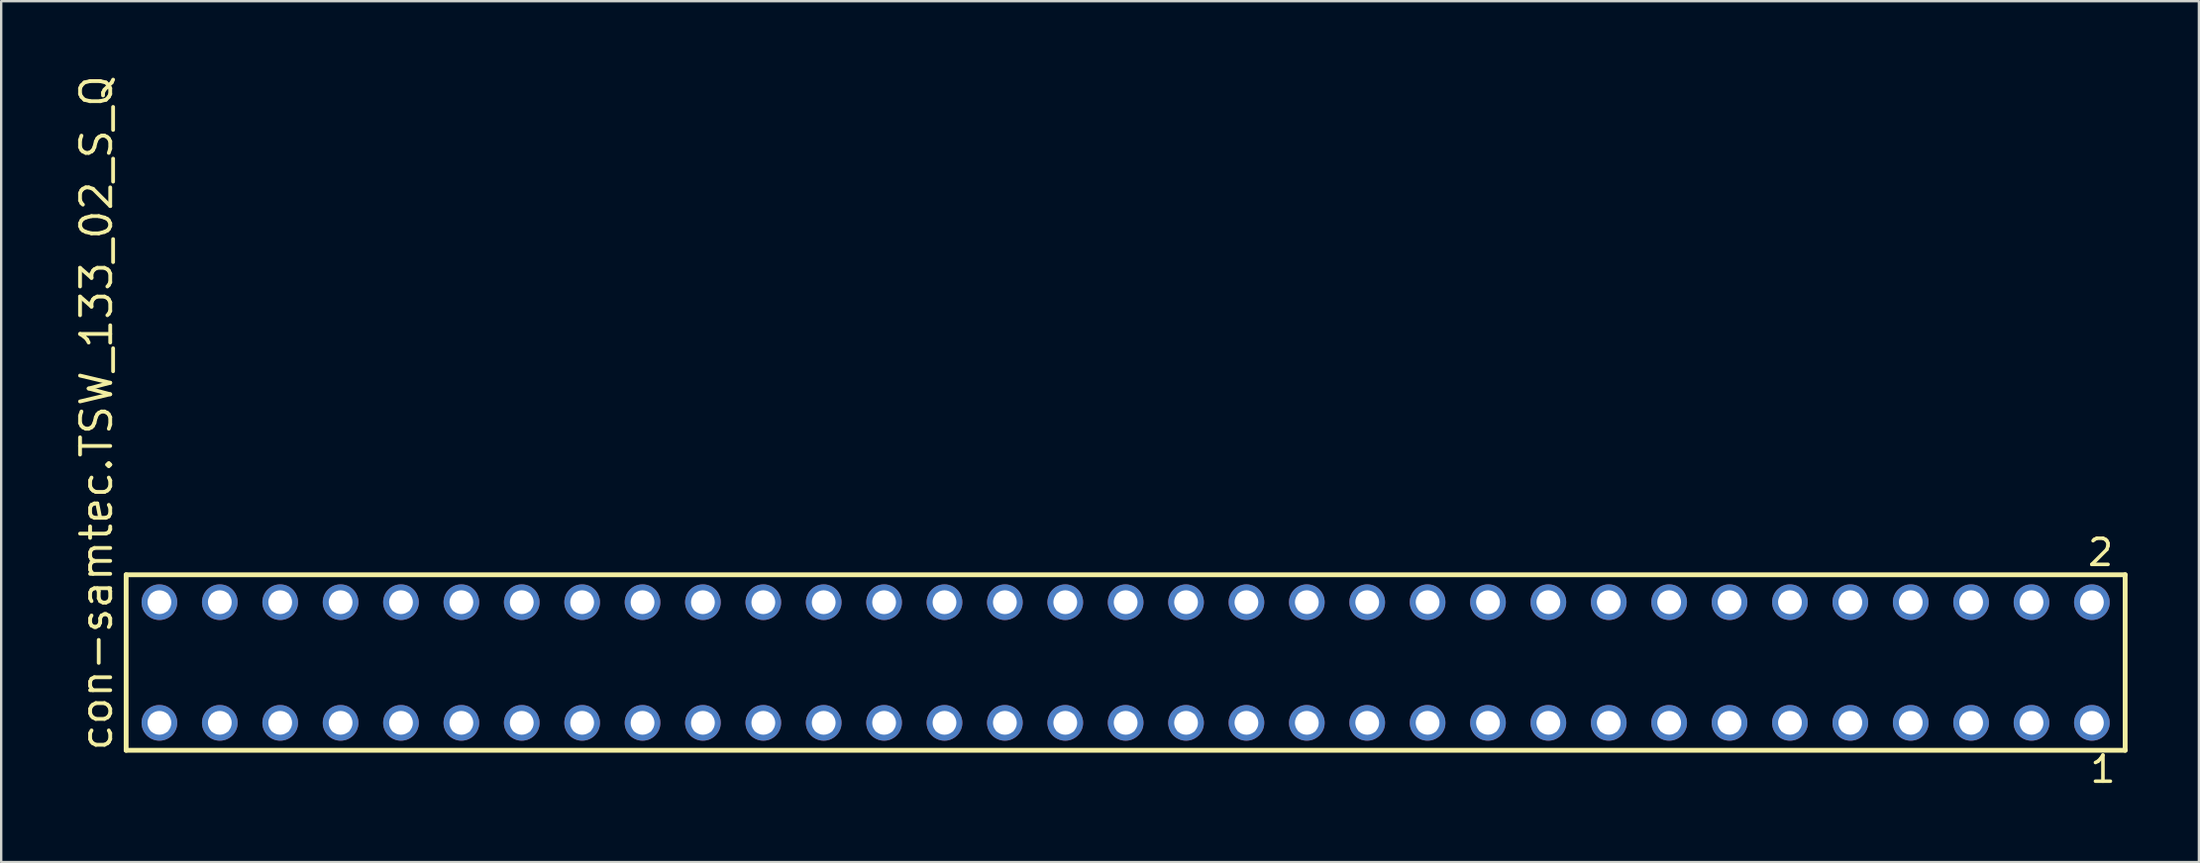
<source format=kicad_pcb>
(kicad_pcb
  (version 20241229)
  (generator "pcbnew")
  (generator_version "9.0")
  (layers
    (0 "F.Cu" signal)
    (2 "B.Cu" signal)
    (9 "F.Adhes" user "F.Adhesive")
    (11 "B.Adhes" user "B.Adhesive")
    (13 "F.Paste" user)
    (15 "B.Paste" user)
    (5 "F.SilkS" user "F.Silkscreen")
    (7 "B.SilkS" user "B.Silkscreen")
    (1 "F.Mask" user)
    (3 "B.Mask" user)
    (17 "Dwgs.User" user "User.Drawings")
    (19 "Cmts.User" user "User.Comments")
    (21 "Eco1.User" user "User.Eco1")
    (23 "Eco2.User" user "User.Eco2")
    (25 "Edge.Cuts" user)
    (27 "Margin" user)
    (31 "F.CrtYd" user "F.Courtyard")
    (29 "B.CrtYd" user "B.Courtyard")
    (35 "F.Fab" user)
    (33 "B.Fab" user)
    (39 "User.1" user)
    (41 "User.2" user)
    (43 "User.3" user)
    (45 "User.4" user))
  (footprint "con-samtec.TSW_133_02_S_Q"
    (layer "F.Cu")
    (at 44.295 24.84)
    (property "Reference" "con-samtec.TSW_133_02_S_Q" (at -42.545 3.81 90) (layer "F.SilkS") (effects (font (size 1.27 1.27) (thickness 0.16)) (justify left bottom)))
    (attr through_hole)
    (fp_line (start -42.039 -3.695) (end 42.039 -3.695) (stroke (width 0.203) (type default)) (layer "F.SilkS"))
    (fp_line (start -42.039 3.695) (end -42.039 -3.695) (stroke (width 0.203) (type default)) (layer "F.SilkS"))
    (fp_line (start 42.039 -3.695) (end 42.039 3.695) (stroke (width 0.203) (type default)) (layer "F.SilkS"))
    (fp_line (start 42.039 3.695) (end -42.039 3.695) (stroke (width 0.203) (type default)) (layer "F.SilkS"))
    (fp_rect (start -40.99 -2.19) (end -40.29 -2.89) (stroke (width 0.05) (type default)) (fill no) (layer "F.Fab"))
    (fp_rect (start -40.99 2.89) (end -40.29 2.19) (stroke (width 0.05) (type default)) (fill no) (layer "F.Fab"))
    (fp_rect (start -38.45 -2.19) (end -37.75 -2.89) (stroke (width 0.05) (type default)) (fill no) (layer "F.Fab"))
    (fp_rect (start -38.45 2.89) (end -37.75 2.19) (stroke (width 0.05) (type default)) (fill no) (layer "F.Fab"))
    (fp_rect (start -35.91 -2.19) (end -35.21 -2.89) (stroke (width 0.05) (type default)) (fill no) (layer "F.Fab"))
    (fp_rect (start -35.91 2.89) (end -35.21 2.19) (stroke (width 0.05) (type default)) (fill no) (layer "F.Fab"))
    (fp_rect (start -33.37 -2.19) (end -32.67 -2.89) (stroke (width 0.05) (type default)) (fill no) (layer "F.Fab"))
    (fp_rect (start -33.37 2.89) (end -32.67 2.19) (stroke (width 0.05) (type default)) (fill no) (layer "F.Fab"))
    (fp_rect (start -30.83 -2.19) (end -30.13 -2.89) (stroke (width 0.05) (type default)) (fill no) (layer "F.Fab"))
    (fp_rect (start -30.83 2.89) (end -30.13 2.19) (stroke (width 0.05) (type default)) (fill no) (layer "F.Fab"))
    (fp_rect (start -28.29 -2.19) (end -27.59 -2.89) (stroke (width 0.05) (type default)) (fill no) (layer "F.Fab"))
    (fp_rect (start -28.29 2.89) (end -27.59 2.19) (stroke (width 0.05) (type default)) (fill no) (layer "F.Fab"))
    (fp_rect (start -25.75 -2.19) (end -25.05 -2.89) (stroke (width 0.05) (type default)) (fill no) (layer "F.Fab"))
    (fp_rect (start -25.75 2.89) (end -25.05 2.19) (stroke (width 0.05) (type default)) (fill no) (layer "F.Fab"))
    (fp_rect (start -23.21 -2.19) (end -22.51 -2.89) (stroke (width 0.05) (type default)) (fill no) (layer "F.Fab"))
    (fp_rect (start -23.21 2.89) (end -22.51 2.19) (stroke (width 0.05) (type default)) (fill no) (layer "F.Fab"))
    (fp_rect (start -20.67 -2.19) (end -19.97 -2.89) (stroke (width 0.05) (type default)) (fill no) (layer "F.Fab"))
    (fp_rect (start -20.67 2.89) (end -19.97 2.19) (stroke (width 0.05) (type default)) (fill no) (layer "F.Fab"))
    (fp_rect (start -18.13 -2.19) (end -17.43 -2.89) (stroke (width 0.05) (type default)) (fill no) (layer "F.Fab"))
    (fp_rect (start -18.13 2.89) (end -17.43 2.19) (stroke (width 0.05) (type default)) (fill no) (layer "F.Fab"))
    (fp_rect (start -15.59 -2.19) (end -14.89 -2.89) (stroke (width 0.05) (type default)) (fill no) (layer "F.Fab"))
    (fp_rect (start -15.59 2.89) (end -14.89 2.19) (stroke (width 0.05) (type default)) (fill no) (layer "F.Fab"))
    (fp_rect (start -13.05 -2.19) (end -12.35 -2.89) (stroke (width 0.05) (type default)) (fill no) (layer "F.Fab"))
    (fp_rect (start -13.05 2.89) (end -12.35 2.19) (stroke (width 0.05) (type default)) (fill no) (layer "F.Fab"))
    (fp_rect (start -10.51 -2.19) (end -9.81 -2.89) (stroke (width 0.05) (type default)) (fill no) (layer "F.Fab"))
    (fp_rect (start -10.51 2.89) (end -9.81 2.19) (stroke (width 0.05) (type default)) (fill no) (layer "F.Fab"))
    (fp_rect (start -7.97 -2.19) (end -7.27 -2.89) (stroke (width 0.05) (type default)) (fill no) (layer "F.Fab"))
    (fp_rect (start -7.97 2.89) (end -7.27 2.19) (stroke (width 0.05) (type default)) (fill no) (layer "F.Fab"))
    (fp_rect (start -5.43 -2.19) (end -4.73 -2.89) (stroke (width 0.05) (type default)) (fill no) (layer "F.Fab"))
    (fp_rect (start -5.43 2.89) (end -4.73 2.19) (stroke (width 0.05) (type default)) (fill no) (layer "F.Fab"))
    (fp_rect (start -2.89 -2.19) (end -2.19 -2.89) (stroke (width 0.05) (type default)) (fill no) (layer "F.Fab"))
    (fp_rect (start -2.89 2.89) (end -2.19 2.19) (stroke (width 0.05) (type default)) (fill no) (layer "F.Fab"))
    (fp_rect (start -0.35 -2.19) (end 0.35 -2.89) (stroke (width 0.05) (type default)) (fill no) (layer "F.Fab"))
    (fp_rect (start -0.35 2.89) (end 0.35 2.19) (stroke (width 0.05) (type default)) (fill no) (layer "F.Fab"))
    (fp_rect (start 2.19 -2.19) (end 2.89 -2.89) (stroke (width 0.05) (type default)) (fill no) (layer "F.Fab"))
    (fp_rect (start 2.19 2.89) (end 2.89 2.19) (stroke (width 0.05) (type default)) (fill no) (layer "F.Fab"))
    (fp_rect (start 4.73 -2.19) (end 5.43 -2.89) (stroke (width 0.05) (type default)) (fill no) (layer "F.Fab"))
    (fp_rect (start 4.73 2.89) (end 5.43 2.19) (stroke (width 0.05) (type default)) (fill no) (layer "F.Fab"))
    (fp_rect (start 7.27 -2.19) (end 7.97 -2.89) (stroke (width 0.05) (type default)) (fill no) (layer "F.Fab"))
    (fp_rect (start 7.27 2.89) (end 7.97 2.19) (stroke (width 0.05) (type default)) (fill no) (layer "F.Fab"))
    (fp_rect (start 9.81 -2.19) (end 10.51 -2.89) (stroke (width 0.05) (type default)) (fill no) (layer "F.Fab"))
    (fp_rect (start 9.81 2.89) (end 10.51 2.19) (stroke (width 0.05) (type default)) (fill no) (layer "F.Fab"))
    (fp_rect (start 12.35 -2.19) (end 13.05 -2.89) (stroke (width 0.05) (type default)) (fill no) (layer "F.Fab"))
    (fp_rect (start 12.35 2.89) (end 13.05 2.19) (stroke (width 0.05) (type default)) (fill no) (layer "F.Fab"))
    (fp_rect (start 14.89 -2.19) (end 15.59 -2.89) (stroke (width 0.05) (type default)) (fill no) (layer "F.Fab"))
    (fp_rect (start 14.89 2.89) (end 15.59 2.19) (stroke (width 0.05) (type default)) (fill no) (layer "F.Fab"))
    (fp_rect (start 17.43 -2.19) (end 18.13 -2.89) (stroke (width 0.05) (type default)) (fill no) (layer "F.Fab"))
    (fp_rect (start 17.43 2.89) (end 18.13 2.19) (stroke (width 0.05) (type default)) (fill no) (layer "F.Fab"))
    (fp_rect (start 19.97 -2.19) (end 20.67 -2.89) (stroke (width 0.05) (type default)) (fill no) (layer "F.Fab"))
    (fp_rect (start 19.97 2.89) (end 20.67 2.19) (stroke (width 0.05) (type default)) (fill no) (layer "F.Fab"))
    (fp_rect (start 22.51 -2.19) (end 23.21 -2.89) (stroke (width 0.05) (type default)) (fill no) (layer "F.Fab"))
    (fp_rect (start 22.51 2.89) (end 23.21 2.19) (stroke (width 0.05) (type default)) (fill no) (layer "F.Fab"))
    (fp_rect (start 25.05 -2.19) (end 25.75 -2.89) (stroke (width 0.05) (type default)) (fill no) (layer "F.Fab"))
    (fp_rect (start 25.05 2.89) (end 25.75 2.19) (stroke (width 0.05) (type default)) (fill no) (layer "F.Fab"))
    (fp_rect (start 27.59 -2.19) (end 28.29 -2.89) (stroke (width 0.05) (type default)) (fill no) (layer "F.Fab"))
    (fp_rect (start 27.59 2.89) (end 28.29 2.19) (stroke (width 0.05) (type default)) (fill no) (layer "F.Fab"))
    (fp_rect (start 30.13 -2.19) (end 30.83 -2.89) (stroke (width 0.05) (type default)) (fill no) (layer "F.Fab"))
    (fp_rect (start 30.13 2.89) (end 30.83 2.19) (stroke (width 0.05) (type default)) (fill no) (layer "F.Fab"))
    (fp_rect (start 32.67 -2.19) (end 33.37 -2.89) (stroke (width 0.05) (type default)) (fill no) (layer "F.Fab"))
    (fp_rect (start 32.67 2.89) (end 33.37 2.19) (stroke (width 0.05) (type default)) (fill no) (layer "F.Fab"))
    (fp_rect (start 35.21 -2.19) (end 35.91 -2.89) (stroke (width 0.05) (type default)) (fill no) (layer "F.Fab"))
    (fp_rect (start 35.21 2.89) (end 35.91 2.19) (stroke (width 0.05) (type default)) (fill no) (layer "F.Fab"))
    (fp_rect (start 37.75 -2.19) (end 38.45 -2.89) (stroke (width 0.05) (type default)) (fill no) (layer "F.Fab"))
    (fp_rect (start 37.75 2.89) (end 38.45 2.19) (stroke (width 0.05) (type default)) (fill no) (layer "F.Fab"))
    (fp_rect (start 40.29 -2.19) (end 40.99 -2.89) (stroke (width 0.05) (type default)) (fill no) (layer "F.Fab"))
    (fp_rect (start 40.29 2.89) (end 40.99 2.19) (stroke (width 0.05) (type default)) (fill no) (layer "F.Fab"))
    (fp_text user "1" (at 40.482 5.138 0) (layer "F.SilkS") (effects (font (size 1.1 1.1) (thickness 0.15)) (justify left bottom)))
    (fp_text user "2" (at 40.382 -3.989 0) (layer "F.SilkS") (effects (font (size 1.1 1.1) (thickness 0.15)) (justify left bottom)))
    (pad "1" thru_hole circle (at 40.64 2.54 180) (size 1.5 1.5) (drill 1) (layers "*.Cu" "*.Mask"))
    (pad "2" thru_hole circle (at 40.64 -2.54 180) (size 1.5 1.5) (drill 1) (layers "*.Cu" "*.Mask"))
    (pad "3" thru_hole circle (at 38.1 2.54 180) (size 1.5 1.5) (drill 1) (layers "*.Cu" "*.Mask"))
    (pad "4" thru_hole circle (at 38.1 -2.54 180) (size 1.5 1.5) (drill 1) (layers "*.Cu" "*.Mask"))
    (pad "5" thru_hole circle (at 35.56 2.54 180) (size 1.5 1.5) (drill 1) (layers "*.Cu" "*.Mask"))
    (pad "6" thru_hole circle (at 35.56 -2.54 180) (size 1.5 1.5) (drill 1) (layers "*.Cu" "*.Mask"))
    (pad "7" thru_hole circle (at 33.02 2.54 180) (size 1.5 1.5) (drill 1) (layers "*.Cu" "*.Mask"))
    (pad "8" thru_hole circle (at 33.02 -2.54 180) (size 1.5 1.5) (drill 1) (layers "*.Cu" "*.Mask"))
    (pad "9" thru_hole circle (at 30.48 2.54 180) (size 1.5 1.5) (drill 1) (layers "*.Cu" "*.Mask"))
    (pad "10" thru_hole circle (at 30.48 -2.54 180) (size 1.5 1.5) (drill 1) (layers "*.Cu" "*.Mask"))
    (pad "11" thru_hole circle (at 27.94 2.54 180) (size 1.5 1.5) (drill 1) (layers "*.Cu" "*.Mask"))
    (pad "12" thru_hole circle (at 27.94 -2.54 180) (size 1.5 1.5) (drill 1) (layers "*.Cu" "*.Mask"))
    (pad "13" thru_hole circle (at 25.4 2.54 180) (size 1.5 1.5) (drill 1) (layers "*.Cu" "*.Mask"))
    (pad "14" thru_hole circle (at 25.4 -2.54 180) (size 1.5 1.5) (drill 1) (layers "*.Cu" "*.Mask"))
    (pad "15" thru_hole circle (at 22.86 2.54 180) (size 1.5 1.5) (drill 1) (layers "*.Cu" "*.Mask"))
    (pad "16" thru_hole circle (at 22.86 -2.54 180) (size 1.5 1.5) (drill 1) (layers "*.Cu" "*.Mask"))
    (pad "17" thru_hole circle (at 20.32 2.54 180) (size 1.5 1.5) (drill 1) (layers "*.Cu" "*.Mask"))
    (pad "18" thru_hole circle (at 20.32 -2.54 180) (size 1.5 1.5) (drill 1) (layers "*.Cu" "*.Mask"))
    (pad "19" thru_hole circle (at 17.78 2.54 180) (size 1.5 1.5) (drill 1) (layers "*.Cu" "*.Mask"))
    (pad "20" thru_hole circle (at 17.78 -2.54 180) (size 1.5 1.5) (drill 1) (layers "*.Cu" "*.Mask"))
    (pad "21" thru_hole circle (at 15.24 2.54 180) (size 1.5 1.5) (drill 1) (layers "*.Cu" "*.Mask"))
    (pad "22" thru_hole circle (at 15.24 -2.54 180) (size 1.5 1.5) (drill 1) (layers "*.Cu" "*.Mask"))
    (pad "23" thru_hole circle (at 12.7 2.54 180) (size 1.5 1.5) (drill 1) (layers "*.Cu" "*.Mask"))
    (pad "24" thru_hole circle (at 12.7 -2.54 180) (size 1.5 1.5) (drill 1) (layers "*.Cu" "*.Mask"))
    (pad "25" thru_hole circle (at 10.16 2.54 180) (size 1.5 1.5) (drill 1) (layers "*.Cu" "*.Mask"))
    (pad "26" thru_hole circle (at 10.16 -2.54 180) (size 1.5 1.5) (drill 1) (layers "*.Cu" "*.Mask"))
    (pad "27" thru_hole circle (at 7.62 2.54 180) (size 1.5 1.5) (drill 1) (layers "*.Cu" "*.Mask"))
    (pad "28" thru_hole circle (at 7.62 -2.54 180) (size 1.5 1.5) (drill 1) (layers "*.Cu" "*.Mask"))
    (pad "29" thru_hole circle (at 5.08 2.54 180) (size 1.5 1.5) (drill 1) (layers "*.Cu" "*.Mask"))
    (pad "30" thru_hole circle (at 5.08 -2.54 180) (size 1.5 1.5) (drill 1) (layers "*.Cu" "*.Mask"))
    (pad "31" thru_hole circle (at 2.54 2.54 180) (size 1.5 1.5) (drill 1) (layers "*.Cu" "*.Mask"))
    (pad "32" thru_hole circle (at 2.54 -2.54 180) (size 1.5 1.5) (drill 1) (layers "*.Cu" "*.Mask"))
    (pad "33" thru_hole circle (at 0 2.54 180) (size 1.5 1.5) (drill 1) (layers "*.Cu" "*.Mask"))
    (pad "34" thru_hole circle (at 0 -2.54 180) (size 1.5 1.5) (drill 1) (layers "*.Cu" "*.Mask"))
    (pad "35" thru_hole circle (at -2.54 2.54 180) (size 1.5 1.5) (drill 1) (layers "*.Cu" "*.Mask"))
    (pad "36" thru_hole circle (at -2.54 -2.54 180) (size 1.5 1.5) (drill 1) (layers "*.Cu" "*.Mask"))
    (pad "37" thru_hole circle (at -5.08 2.54 180) (size 1.5 1.5) (drill 1) (layers "*.Cu" "*.Mask"))
    (pad "38" thru_hole circle (at -5.08 -2.54 180) (size 1.5 1.5) (drill 1) (layers "*.Cu" "*.Mask"))
    (pad "39" thru_hole circle (at -7.62 2.54 180) (size 1.5 1.5) (drill 1) (layers "*.Cu" "*.Mask"))
    (pad "40" thru_hole circle (at -7.62 -2.54 180) (size 1.5 1.5) (drill 1) (layers "*.Cu" "*.Mask"))
    (pad "41" thru_hole circle (at -10.16 2.54 180) (size 1.5 1.5) (drill 1) (layers "*.Cu" "*.Mask"))
    (pad "42" thru_hole circle (at -10.16 -2.54 180) (size 1.5 1.5) (drill 1) (layers "*.Cu" "*.Mask"))
    (pad "43" thru_hole circle (at -12.7 2.54 180) (size 1.5 1.5) (drill 1) (layers "*.Cu" "*.Mask"))
    (pad "44" thru_hole circle (at -12.7 -2.54 180) (size 1.5 1.5) (drill 1) (layers "*.Cu" "*.Mask"))
    (pad "45" thru_hole circle (at -15.24 2.54 180) (size 1.5 1.5) (drill 1) (layers "*.Cu" "*.Mask"))
    (pad "46" thru_hole circle (at -15.24 -2.54 180) (size 1.5 1.5) (drill 1) (layers "*.Cu" "*.Mask"))
    (pad "47" thru_hole circle (at -17.78 2.54 180) (size 1.5 1.5) (drill 1) (layers "*.Cu" "*.Mask"))
    (pad "48" thru_hole circle (at -17.78 -2.54 180) (size 1.5 1.5) (drill 1) (layers "*.Cu" "*.Mask"))
    (pad "49" thru_hole circle (at -20.32 2.54 180) (size 1.5 1.5) (drill 1) (layers "*.Cu" "*.Mask"))
    (pad "50" thru_hole circle (at -20.32 -2.54 180) (size 1.5 1.5) (drill 1) (layers "*.Cu" "*.Mask"))
    (pad "51" thru_hole circle (at -22.86 2.54 180) (size 1.5 1.5) (drill 1) (layers "*.Cu" "*.Mask"))
    (pad "52" thru_hole circle (at -22.86 -2.54 180) (size 1.5 1.5) (drill 1) (layers "*.Cu" "*.Mask"))
    (pad "53" thru_hole circle (at -25.4 2.54 180) (size 1.5 1.5) (drill 1) (layers "*.Cu" "*.Mask"))
    (pad "54" thru_hole circle (at -25.4 -2.54 180) (size 1.5 1.5) (drill 1) (layers "*.Cu" "*.Mask"))
    (pad "55" thru_hole circle (at -27.94 2.54 180) (size 1.5 1.5) (drill 1) (layers "*.Cu" "*.Mask"))
    (pad "56" thru_hole circle (at -27.94 -2.54 180) (size 1.5 1.5) (drill 1) (layers "*.Cu" "*.Mask"))
    (pad "57" thru_hole circle (at -30.48 2.54 180) (size 1.5 1.5) (drill 1) (layers "*.Cu" "*.Mask"))
    (pad "58" thru_hole circle (at -30.48 -2.54 180) (size 1.5 1.5) (drill 1) (layers "*.Cu" "*.Mask"))
    (pad "59" thru_hole circle (at -33.02 2.54 180) (size 1.5 1.5) (drill 1) (layers "*.Cu" "*.Mask"))
    (pad "60" thru_hole circle (at -33.02 -2.54 180) (size 1.5 1.5) (drill 1) (layers "*.Cu" "*.Mask"))
    (pad "61" thru_hole circle (at -35.56 2.54 180) (size 1.5 1.5) (drill 1) (layers "*.Cu" "*.Mask"))
    (pad "62" thru_hole circle (at -35.56 -2.54 180) (size 1.5 1.5) (drill 1) (layers "*.Cu" "*.Mask"))
    (pad "63" thru_hole circle (at -38.1 2.54 180) (size 1.5 1.5) (drill 1) (layers "*.Cu" "*.Mask"))
    (pad "64" thru_hole circle (at -38.1 -2.54 180) (size 1.5 1.5) (drill 1) (layers "*.Cu" "*.Mask"))
    (pad "65" thru_hole circle (at -40.64 2.54 180) (size 1.5 1.5) (drill 1) (layers "*.Cu" "*.Mask"))
    (pad "66" thru_hole circle (at -40.64 -2.54 180) (size 1.5 1.5) (drill 1) (layers "*.Cu" "*.Mask")))
  (gr_rect
    (start -3 -3)
    (end 89.436 33.241)
    (stroke (width 0.1) (type default))
    (fill no)
    (layer "Edge.Cuts")))
</source>
